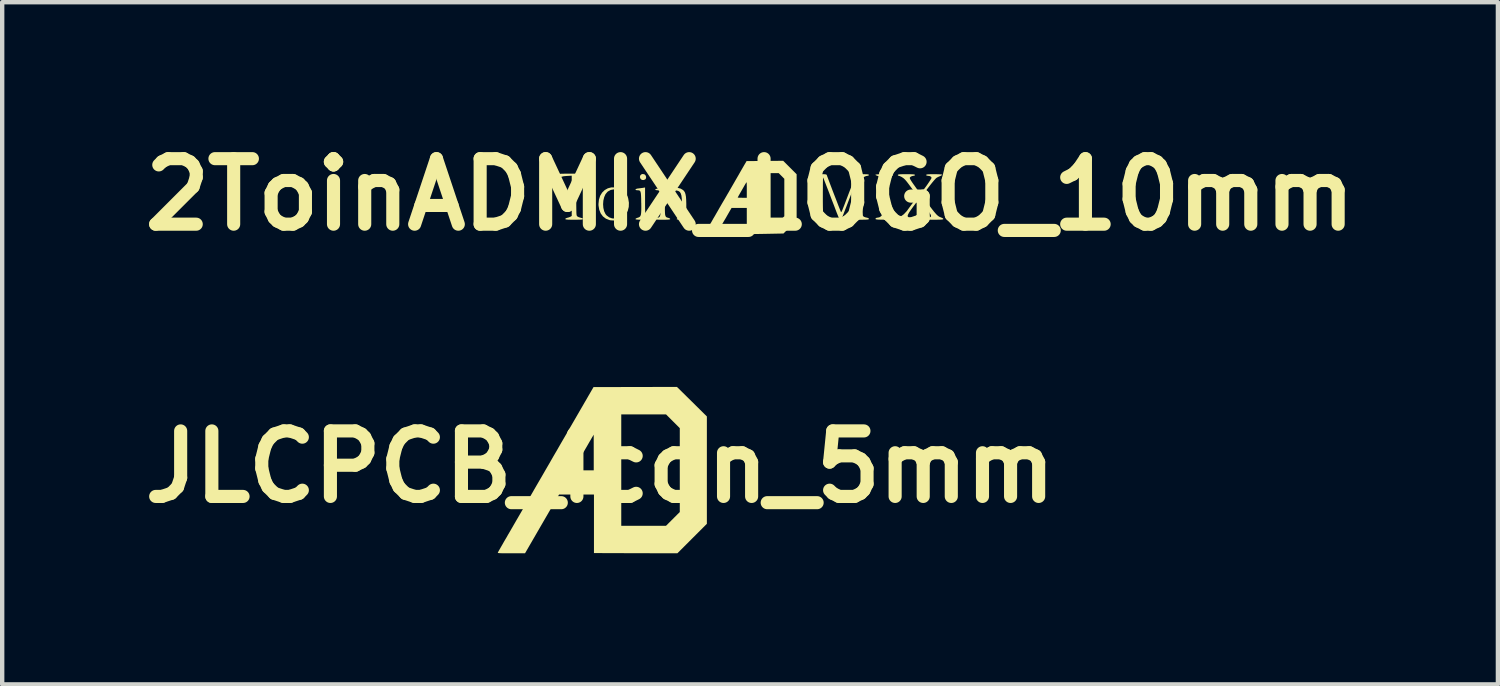
<source format=kicad_pcb>
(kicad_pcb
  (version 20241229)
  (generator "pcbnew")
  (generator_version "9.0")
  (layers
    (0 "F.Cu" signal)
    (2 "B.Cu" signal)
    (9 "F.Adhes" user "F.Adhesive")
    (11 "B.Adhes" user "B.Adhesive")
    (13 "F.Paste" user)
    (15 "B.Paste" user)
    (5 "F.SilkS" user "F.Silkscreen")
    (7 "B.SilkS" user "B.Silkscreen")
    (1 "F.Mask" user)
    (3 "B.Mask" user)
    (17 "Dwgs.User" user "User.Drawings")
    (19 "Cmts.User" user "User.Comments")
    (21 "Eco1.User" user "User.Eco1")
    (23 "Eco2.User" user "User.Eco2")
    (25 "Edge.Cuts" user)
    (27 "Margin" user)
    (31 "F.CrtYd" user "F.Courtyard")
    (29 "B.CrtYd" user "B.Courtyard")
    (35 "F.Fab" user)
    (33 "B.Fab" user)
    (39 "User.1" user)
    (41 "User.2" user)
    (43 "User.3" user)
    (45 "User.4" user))
  (footprint "JLCPCB_icon_5mm"
    (layer "F.Cu")
    (at 10.693 7.637)
    (property "Reference" "JLCPCB_icon_5mm" (at 0 0 0) (layer "F.SilkS") (effects (font (size 1.5 1.5) (thickness 0.3))))
    (attr board_only exclude_from_pos_files exclude_from_bom)
    (fp_poly (pts (xy 2.098 -1.491) (xy 2.44 -1.153) (xy 2.44 0.076) (xy 2.44 1.305) (xy 2.102 1.643) (xy 1.765 1.98) (xy 0.81 1.978) (xy -0.145 1.975) (xy -0.145 1.35) (xy 0.48 1.35) (xy 0.992 1.35) (xy 1.505 1.35) (xy 1.662 1.193) (xy 1.82 1.035) (xy 1.82 0.075) (xy 1.82 -0.885) (xy 1.663 -1.042) (xy 1.505 -1.2) (xy 0.993 -1.2) (xy 0.48 -1.2) (xy 0.48 0.075) (xy 0.48 1.35) (xy -0.145 1.35) (xy -0.145 1.305) (xy -0.145 0.635) (xy -0.545 0.635) (xy -0.944 0.635) (xy -1.334 1.308) (xy -1.723 1.98) (xy -2.038 1.98) (xy -2.126 1.98) (xy -2.196 1.98) (xy -2.25 1.979) (xy -2.29 1.978) (xy -2.317 1.976) (xy -2.335 1.974) (xy -2.344 1.971) (xy -2.347 1.967) (xy -2.346 1.965) (xy -2.34 1.953) (xy -2.325 1.925) (xy -2.302 1.885) (xy -2.273 1.834) (xy -2.239 1.775) (xy -2.201 1.708) (xy -2.174 1.662) (xy -2.142 1.608) (xy -2.114 1.558) (xy -2.087 1.512) (xy -2.061 1.468) (xy -2.036 1.424) (xy -2.01 1.38) (xy -1.983 1.332) (xy -1.953 1.281) (xy -1.921 1.225) (xy -1.884 1.162) (xy -1.843 1.091) (xy -1.796 1.01) (xy -1.743 0.918) (xy -1.682 0.813) (xy -1.614 0.695) (xy -1.536 0.561) (xy -1.513 0.52) (xy -1.429 0.375) (xy -1.342 0.226) (xy -1.258 0.08) (xy -0.621 0.08) (xy -0.385 0.08) (xy -0.15 0.08) (xy -0.15 -0.328) (xy -0.151 -0.735) (xy -0.181 -0.685) (xy -0.195 -0.662) (xy -0.216 -0.624) (xy -0.245 -0.576) (xy -0.278 -0.518) (xy -0.315 -0.454) (xy -0.355 -0.385) (xy -0.396 -0.314) (xy -0.437 -0.243) (xy -0.476 -0.175) (xy -0.513 -0.111) (xy -0.545 -0.055) (xy -0.572 -0.008) (xy -0.592 0.027) (xy -0.604 0.048) (xy -0.606 0.052) (xy -0.621 0.08) (xy -1.258 0.08) (xy -1.254 0.073) (xy -1.165 -0.08) (xy -1.077 -0.234) (xy -0.988 -0.386) (xy -0.902 -0.536) (xy -0.817 -0.682) (xy -0.735 -0.823) (xy -0.658 -0.957) (xy -0.584 -1.084) (xy -0.516 -1.202) (xy -0.454 -1.309) (xy -0.398 -1.405) (xy -0.351 -1.487) (xy -0.311 -1.555) (xy -0.281 -1.608) (xy -0.274 -1.62) (xy -0.155 -1.825) (xy 0.8 -1.827) (xy 1.755 -1.829)) (stroke (width 0) (type solid)) (fill yes) (layer "F.SilkS")))
  (footprint "2ToinADMIX_LOGO_10mm"
    (layer "F.Cu")
    (at 14.121 1.404)
    (property "Reference" "2ToinADMIX_LOGO_10mm" (at 0 0 0) (layer "F.SilkS") (effects (font (size 1.5 1.5) (thickness 0.3))))
    (attr board_only exclude_from_pos_files exclude_from_bom)
    (fp_poly (pts (xy -2.42 -0.464) (xy -2.417 -0.463) (xy -2.392 -0.44) (xy -2.379 -0.407) (xy -2.381 -0.373) (xy -2.398 -0.347) (xy -2.435 -0.332) (xy -2.474 -0.335) (xy -2.504 -0.356) (xy -2.507 -0.36) (xy -2.521 -0.399) (xy -2.515 -0.433) (xy -2.493 -0.459) (xy -2.46 -0.471)) (stroke (width 0) (type solid)) (fill yes) (layer "F.SilkS"))
    (fp_poly (pts (xy -2.403 0.155) (xy -2.403 0.259) (xy -2.402 0.342) (xy -2.399 0.405) (xy -2.395 0.452) (xy -2.389 0.485) (xy -2.379 0.507) (xy -2.365 0.521) (xy -2.347 0.529) (xy -2.324 0.534) (xy -2.316 0.535) (xy -2.283 0.544) (xy -2.268 0.557) (xy -2.268 0.559) (xy -2.272 0.566) (xy -2.288 0.571) (xy -2.319 0.574) (xy -2.367 0.576) (xy -2.436 0.576) (xy -2.446 0.576) (xy -2.518 0.576) (xy -2.57 0.574) (xy -2.602 0.571) (xy -2.619 0.566) (xy -2.623 0.56) (xy -2.613 0.548) (xy -2.585 0.535) (xy -2.569 0.53) (xy -2.543 0.521) (xy -2.524 0.509) (xy -2.51 0.491) (xy -2.499 0.463) (xy -2.493 0.422) (xy -2.49 0.367) (xy -2.489 0.293) (xy -2.49 0.197) (xy -2.491 0.183) (xy -2.492 0.093) (xy -2.495 0.024) (xy -2.499 -0.025) (xy -2.506 -0.059) (xy -2.516 -0.081) (xy -2.531 -0.092) (xy -2.55 -0.097) (xy -2.576 -0.098) (xy -2.611 -0.102) (xy -2.623 -0.113) (xy -2.623 -0.115) (xy -2.612 -0.127) (xy -2.579 -0.137) (xy -2.553 -0.14) (xy -2.506 -0.146) (xy -2.462 -0.152) (xy -2.443 -0.155) (xy -2.403 -0.162)) (stroke (width 0) (type solid)) (fill yes) (layer "F.SilkS"))
    (fp_poly (pts (xy 3.147 -0.465) (xy 3.203 -0.464) (xy 3.24 -0.462) (xy 3.262 -0.458) (xy 3.272 -0.453) (xy 3.273 -0.449) (xy 3.262 -0.436) (xy 3.232 -0.426) (xy 3.227 -0.425) (xy 3.188 -0.415) (xy 3.156 -0.4) (xy 3.154 -0.398) (xy 3.126 -0.379) (xy 3.126 0.049) (xy 3.126 0.476) (xy 3.158 0.502) (xy 3.187 0.519) (xy 3.212 0.527) (xy 3.212 0.527) (xy 3.249 0.533) (xy 3.27 0.548) (xy 3.273 0.559) (xy 3.269 0.566) (xy 3.254 0.57) (xy 3.226 0.574) (xy 3.181 0.575) (xy 3.116 0.576) (xy 3.078 0.576) (xy 2.99 0.575) (xy 2.927 0.573) (xy 2.888 0.568) (xy 2.874 0.563) (xy 2.874 0.546) (xy 2.894 0.533) (xy 2.929 0.527) (xy 2.933 0.527) (xy 2.969 0.518) (xy 2.998 0.497) (xy 3.029 0.466) (xy 3.025 0.044) (xy 3.024 -0.081) (xy 3.022 -0.182) (xy 3.02 -0.261) (xy 3.018 -0.321) (xy 3.014 -0.362) (xy 3.01 -0.386) (xy 3.007 -0.393) (xy 2.987 -0.405) (xy 2.953 -0.417) (xy 2.934 -0.423) (xy 2.899 -0.434) (xy 2.876 -0.446) (xy 2.871 -0.452) (xy 2.877 -0.457) (xy 2.9 -0.461) (xy 2.941 -0.464) (xy 3.004 -0.466) (xy 3.07 -0.466)) (stroke (width 0) (type solid)) (fill yes) (layer "F.SilkS"))
    (fp_poly (pts (xy -3.086 -0.164) (xy -3.032 -0.153) (xy -2.985 -0.138) (xy -2.948 -0.119) (xy -2.912 -0.091) (xy -2.881 -0.063) (xy -2.843 -0.023) (xy -2.819 0.01) (xy -2.802 0.046) (xy -2.789 0.089) (xy -2.773 0.187) (xy -2.776 0.282) (xy -2.798 0.37) (xy -2.838 0.448) (xy -2.893 0.513) (xy -2.962 0.56) (xy -2.982 0.569) (xy -3.045 0.587) (xy -3.118 0.594) (xy -3.19 0.59) (xy -3.219 0.584) (xy -3.3 0.552) (xy -3.367 0.501) (xy -3.418 0.433) (xy -3.452 0.349) (xy -3.468 0.252) (xy -3.469 0.222) (xy -3.364 0.222) (xy -3.358 0.305) (xy -3.34 0.381) (xy -3.309 0.446) (xy -3.283 0.478) (xy -3.224 0.522) (xy -3.157 0.546) (xy -3.089 0.548) (xy -3.022 0.528) (xy -2.997 0.514) (xy -2.948 0.469) (xy -2.913 0.407) (xy -2.891 0.328) (xy -2.883 0.248) (xy -2.883 0.159) (xy -2.892 0.088) (xy -2.912 0.029) (xy -2.944 -0.025) (xy -2.995 -0.077) (xy -3.056 -0.108) (xy -3.121 -0.118) (xy -3.188 -0.106) (xy -3.251 -0.072) (xy -3.266 -0.06) (xy -3.309 -0.008) (xy -3.339 0.06) (xy -3.358 0.139) (xy -3.364 0.222) (xy -3.469 0.222) (xy -3.469 0.215) (xy -3.459 0.116) (xy -3.431 0.028) (xy -3.386 -0.045) (xy -3.326 -0.103) (xy -3.255 -0.143) (xy -3.175 -0.164)) (stroke (width 0) (type solid)) (fill yes) (layer "F.SilkS"))
    (fp_poly (pts (xy -3.586 -0.451) (xy -3.583 -0.426) (xy -3.58 -0.385) (xy -3.578 -0.333) (xy -3.577 -0.309) (xy -3.576 -0.255) (xy -3.577 -0.221) (xy -3.581 -0.204) (xy -3.588 -0.199) (xy -3.592 -0.199) (xy -3.606 -0.212) (xy -3.616 -0.241) (xy -3.617 -0.245) (xy -3.634 -0.312) (xy -3.664 -0.361) (xy -3.707 -0.394) (xy -3.767 -0.414) (xy -3.846 -0.423) (xy -3.873 -0.423) (xy -3.978 -0.423) (xy -3.978 0.029) (xy -3.978 0.146) (xy -3.978 0.241) (xy -3.977 0.316) (xy -3.976 0.374) (xy -3.975 0.418) (xy -3.973 0.449) (xy -3.97 0.47) (xy -3.966 0.484) (xy -3.961 0.493) (xy -3.955 0.499) (xy -3.951 0.502) (xy -3.921 0.518) (xy -3.882 0.53) (xy -3.874 0.532) (xy -3.838 0.542) (xy -3.825 0.557) (xy -3.825 0.558) (xy -3.828 0.565) (xy -3.84 0.57) (xy -3.864 0.573) (xy -3.903 0.575) (xy -3.961 0.576) (xy -4.027 0.576) (xy -4.103 0.576) (xy -4.158 0.575) (xy -4.195 0.572) (xy -4.217 0.569) (xy -4.227 0.564) (xy -4.229 0.558) (xy -4.218 0.544) (xy -4.186 0.533) (xy -4.183 0.532) (xy -4.145 0.522) (xy -4.112 0.508) (xy -4.11 0.507) (xy -4.082 0.49) (xy -4.082 0.029) (xy -4.082 -0.432) (xy -4.19 -0.426) (xy -4.263 -0.42) (xy -4.316 -0.407) (xy -4.355 -0.387) (xy -4.384 -0.357) (xy -4.408 -0.315) (xy -4.424 -0.275) (xy -4.435 -0.239) (xy -4.438 -0.224) (xy -4.445 -0.201) (xy -4.456 -0.196) (xy -4.464 -0.199) (xy -4.469 -0.212) (xy -4.471 -0.238) (xy -4.469 -0.282) (xy -4.467 -0.322) (xy -4.464 -0.376) (xy -4.46 -0.422) (xy -4.457 -0.453) (xy -4.455 -0.463) (xy -4.449 -0.467) (xy -4.43 -0.47) (xy -4.398 -0.473) (xy -4.351 -0.475) (xy -4.285 -0.477) (xy -4.201 -0.478) (xy -4.094 -0.478) (xy -4.021 -0.478) (xy -3.592 -0.478)) (stroke (width 0) (type solid)) (fill yes) (layer "F.SilkS"))
    (fp_poly (pts (xy 0.913 -0.619) (xy 1.067 -0.465) (xy 1.067 0.065) (xy 1.067 0.595) (xy 0.916 0.743) (xy 0.766 0.892) (xy 0.346 0.9) (xy -0.074 0.907) (xy -0.074 0.607) (xy -0.074 0.306) (xy -0.248 0.307) (xy -0.423 0.307) (xy -0.46 0.371) (xy -0.49 0.423) (xy -0.521 0.477) (xy -0.555 0.537) (xy -0.598 0.609) (xy -0.625 0.656) (xy -0.657 0.71) (xy -0.688 0.764) (xy -0.714 0.81) (xy -0.723 0.827) (xy -0.757 0.889) (xy -0.893 0.892) (xy -0.948 0.893) (xy -0.992 0.892) (xy -1.021 0.889) (xy -1.03 0.886) (xy -1.024 0.871) (xy -1.009 0.842) (xy -1.001 0.827) (xy -0.965 0.766) (xy -0.925 0.696) (xy -0.882 0.624) (xy -0.841 0.551) (xy -0.801 0.484) (xy -0.767 0.424) (xy -0.739 0.376) (xy -0.721 0.344) (xy -0.717 0.337) (xy -0.699 0.305) (xy -0.672 0.259) (xy -0.642 0.207) (xy -0.625 0.178) (xy -0.596 0.129) (xy -0.57 0.085) (xy -0.561 0.069) (xy -0.282 0.069) (xy -0.271 0.071) (xy -0.24 0.073) (xy -0.197 0.073) (xy -0.178 0.074) (xy -0.074 0.074) (xy -0.074 -0.104) (xy -0.074 -0.167) (xy -0.075 -0.22) (xy -0.076 -0.259) (xy -0.078 -0.28) (xy -0.079 -0.282) (xy -0.087 -0.272) (xy -0.104 -0.246) (xy -0.127 -0.207) (xy -0.138 -0.187) (xy -0.17 -0.131) (xy -0.204 -0.072) (xy -0.234 -0.02) (xy -0.237 -0.014) (xy -0.259 0.024) (xy -0.275 0.054) (xy -0.282 0.068) (xy -0.282 0.069) (xy -0.561 0.069) (xy -0.545 0.042) (xy -0.519 -0.004) (xy -0.488 -0.056) (xy -0.453 -0.118) (xy -0.409 -0.194) (xy -0.356 -0.286) (xy -0.341 -0.313) (xy -0.296 -0.39) (xy -0.251 -0.468) (xy -0.239 -0.49) (xy 0.196 -0.49) (xy 0.196 0.067) (xy 0.196 0.625) (xy 0.426 0.625) (xy 0.655 0.625) (xy 0.72 0.561) (xy 0.785 0.497) (xy 0.785 0.068) (xy 0.785 -0.361) (xy 0.721 -0.426) (xy 0.657 -0.49) (xy 0.426 -0.49) (xy 0.196 -0.49) (xy -0.239 -0.49) (xy -0.21 -0.54) (xy -0.174 -0.603) (xy -0.146 -0.651) (xy -0.14 -0.662) (xy -0.079 -0.766) (xy 0.34 -0.769) (xy 0.759 -0.773)) (stroke (width 0) (type solid)) (fill yes) (layer "F.SilkS"))
    (fp_poly (pts (xy -1.657 -0.154) (xy -1.587 -0.135) (xy -1.533 -0.103) (xy -1.509 -0.078) (xy -1.49 -0.047) (xy -1.477 -0.006) (xy -1.467 0.048) (xy -1.462 0.117) (xy -1.459 0.206) (xy -1.459 0.27) (xy -1.458 0.354) (xy -1.457 0.418) (xy -1.452 0.463) (xy -1.444 0.494) (xy -1.432 0.513) (xy -1.413 0.525) (xy -1.387 0.532) (xy -1.368 0.535) (xy -1.34 0.543) (xy -1.327 0.554) (xy -1.328 0.556) (xy -1.342 0.563) (xy -1.38 0.568) (xy -1.442 0.572) (xy -1.506 0.573) (xy -1.576 0.574) (xy -1.625 0.574) (xy -1.656 0.572) (xy -1.673 0.568) (xy -1.679 0.561) (xy -1.679 0.56) (xy -1.669 0.546) (xy -1.643 0.535) (xy -1.64 0.535) (xy -1.612 0.528) (xy -1.591 0.519) (xy -1.576 0.504) (xy -1.566 0.479) (xy -1.561 0.442) (xy -1.558 0.389) (xy -1.557 0.316) (xy -1.557 0.272) (xy -1.558 0.168) (xy -1.563 0.085) (xy -1.571 0.022) (xy -1.585 -0.024) (xy -1.605 -0.057) (xy -1.633 -0.078) (xy -1.669 -0.09) (xy -1.702 -0.095) (xy -1.777 -0.093) (xy -1.839 -0.071) (xy -1.879 -0.037) (xy -1.904 -0.009) (xy -1.922 0.018) (xy -1.934 0.048) (xy -1.942 0.084) (xy -1.947 0.132) (xy -1.949 0.195) (xy -1.949 0.278) (xy -1.949 0.279) (xy -1.949 0.362) (xy -1.947 0.423) (xy -1.943 0.466) (xy -1.934 0.495) (xy -1.921 0.514) (xy -1.902 0.525) (xy -1.876 0.532) (xy -1.866 0.535) (xy -1.839 0.545) (xy -1.827 0.558) (xy -1.827 0.559) (xy -1.831 0.566) (xy -1.847 0.571) (xy -1.878 0.574) (xy -1.926 0.576) (xy -1.996 0.576) (xy -1.998 0.576) (xy -2.068 0.576) (xy -2.118 0.574) (xy -2.149 0.571) (xy -2.165 0.566) (xy -2.17 0.56) (xy -2.17 0.559) (xy -2.159 0.546) (xy -2.133 0.535) (xy -2.131 0.535) (xy -2.105 0.529) (xy -2.085 0.521) (xy -2.07 0.509) (xy -2.06 0.489) (xy -2.053 0.458) (xy -2.049 0.412) (xy -2.048 0.35) (xy -2.047 0.269) (xy -2.047 0.218) (xy -2.048 0.127) (xy -2.049 0.049) (xy -2.052 -0.012) (xy -2.056 -0.054) (xy -2.06 -0.074) (xy -2.078 -0.092) (xy -2.111 -0.098) (xy -2.121 -0.098) (xy -2.156 -0.102) (xy -2.17 -0.113) (xy -2.17 -0.115) (xy -2.162 -0.125) (xy -2.136 -0.133) (xy -2.09 -0.14) (xy -2.069 -0.143) (xy -1.968 -0.153) (xy -1.964 -0.089) (xy -1.961 -0.053) (xy -1.956 -0.03) (xy -1.953 -0.025) (xy -1.941 -0.033) (xy -1.918 -0.053) (xy -1.904 -0.067) (xy -1.847 -0.116) (xy -1.786 -0.144) (xy -1.731 -0.155)) (stroke (width 0) (type solid)) (fill yes) (layer "F.SilkS"))
    (fp_poly (pts (xy 4.294 -0.465) (xy 4.348 -0.463) (xy 4.381 -0.46) (xy 4.397 -0.455) (xy 4.398 -0.452) (xy 4.384 -0.439) (xy 4.356 -0.425) (xy 4.348 -0.421) (xy 4.306 -0.403) (xy 4.267 -0.381) (xy 4.265 -0.379) (xy 4.247 -0.362) (xy 4.218 -0.33) (xy 4.181 -0.286) (xy 4.14 -0.235) (xy 4.097 -0.18) (xy 4.054 -0.124) (xy 4.015 -0.072) (xy 3.983 -0.026) (xy 3.959 0.009) (xy 3.948 0.029) (xy 3.947 0.032) (xy 3.954 0.045) (xy 3.97 0.07) (xy 3.976 0.077) (xy 4.051 0.18) (xy 4.114 0.265) (xy 4.167 0.334) (xy 4.209 0.388) (xy 4.245 0.43) (xy 4.274 0.462) (xy 4.3 0.485) (xy 4.323 0.502) (xy 4.346 0.514) (xy 4.37 0.523) (xy 4.379 0.527) (xy 4.409 0.54) (xy 4.424 0.555) (xy 4.425 0.559) (xy 4.422 0.565) (xy 4.408 0.57) (xy 4.381 0.573) (xy 4.339 0.575) (xy 4.277 0.576) (xy 4.223 0.576) (xy 4.147 0.576) (xy 4.092 0.575) (xy 4.056 0.573) (xy 4.034 0.569) (xy 4.023 0.564) (xy 4.021 0.558) (xy 4.029 0.541) (xy 4.036 0.539) (xy 4.057 0.536) (xy 4.09 0.528) (xy 4.097 0.526) (xy 4.121 0.519) (xy 4.137 0.509) (xy 4.144 0.496) (xy 4.141 0.475) (xy 4.128 0.446) (xy 4.103 0.405) (xy 4.066 0.351) (xy 4.016 0.28) (xy 3.99 0.245) (xy 3.944 0.182) (xy 3.911 0.138) (xy 3.889 0.111) (xy 3.877 0.099) (xy 3.875 0.099) (xy 3.866 0.108) (xy 3.844 0.134) (xy 3.814 0.174) (xy 3.776 0.224) (xy 3.739 0.273) (xy 3.685 0.348) (xy 3.645 0.406) (xy 3.621 0.449) (xy 3.609 0.481) (xy 3.611 0.503) (xy 3.625 0.518) (xy 3.651 0.527) (xy 3.669 0.531) (xy 3.704 0.541) (xy 3.722 0.551) (xy 3.723 0.556) (xy 3.709 0.563) (xy 3.67 0.568) (xy 3.608 0.571) (xy 3.539 0.573) (xy 3.468 0.574) (xy 3.418 0.574) (xy 3.386 0.573) (xy 3.368 0.569) (xy 3.36 0.563) (xy 3.359 0.558) (xy 3.369 0.538) (xy 3.38 0.532) (xy 3.454 0.5) (xy 3.522 0.45) (xy 3.588 0.38) (xy 3.629 0.323) (xy 3.644 0.302) (xy 3.67 0.267) (xy 3.701 0.225) (xy 3.715 0.207) (xy 3.749 0.161) (xy 3.78 0.119) (xy 3.804 0.086) (xy 3.81 0.078) (xy 3.836 0.04) (xy 3.77 -0.051) (xy 3.731 -0.104) (xy 3.688 -0.162) (xy 3.65 -0.214) (xy 3.645 -0.221) (xy 3.612 -0.265) (xy 3.578 -0.308) (xy 3.551 -0.339) (xy 3.55 -0.341) (xy 3.514 -0.374) (xy 3.472 -0.402) (xy 3.431 -0.422) (xy 3.402 -0.429) (xy 3.386 -0.439) (xy 3.383 -0.447) (xy 3.387 -0.454) (xy 3.399 -0.459) (xy 3.423 -0.463) (xy 3.462 -0.465) (xy 3.52 -0.466) (xy 3.58 -0.466) (xy 3.654 -0.466) (xy 3.708 -0.464) (xy 3.743 -0.462) (xy 3.764 -0.458) (xy 3.774 -0.453) (xy 3.776 -0.447) (xy 3.765 -0.433) (xy 3.74 -0.429) (xy 3.704 -0.421) (xy 3.677 -0.407) (xy 3.66 -0.391) (xy 3.657 -0.376) (xy 3.667 -0.352) (xy 3.671 -0.345) (xy 3.687 -0.317) (xy 3.714 -0.276) (xy 3.746 -0.23) (xy 3.76 -0.211) (xy 3.794 -0.163) (xy 3.827 -0.117) (xy 3.853 -0.081) (xy 3.86 -0.071) (xy 3.881 -0.044) (xy 3.896 -0.027) (xy 3.9 -0.025) (xy 3.912 -0.034) (xy 3.934 -0.06) (xy 3.964 -0.098) (xy 3.999 -0.145) (xy 4.037 -0.196) (xy 4.073 -0.248) (xy 4.106 -0.297) (xy 4.133 -0.338) (xy 4.15 -0.368) (xy 4.156 -0.381) (xy 4.145 -0.406) (xy 4.114 -0.423) (xy 4.071 -0.429) (xy 4.041 -0.434) (xy 4.033 -0.447) (xy 4.036 -0.455) (xy 4.049 -0.46) (xy 4.073 -0.463) (xy 4.114 -0.465) (xy 4.173 -0.466) (xy 4.218 -0.466)) (stroke (width 0) (type solid)) (fill yes) (layer "F.SilkS"))
    (fp_poly (pts (xy 2.639 -0.465) (xy 2.681 -0.464) (xy 2.707 -0.46) (xy 2.719 -0.455) (xy 2.721 -0.447) (xy 2.711 -0.433) (xy 2.688 -0.429) (xy 2.654 -0.423) (xy 2.618 -0.407) (xy 2.614 -0.405) (xy 2.574 -0.38) (xy 2.574 0.044) (xy 2.575 0.159) (xy 2.576 0.261) (xy 2.577 0.347) (xy 2.58 0.414) (xy 2.582 0.462) (xy 2.585 0.487) (xy 2.586 0.49) (xy 2.606 0.508) (xy 2.638 0.521) (xy 2.639 0.521) (xy 2.683 0.531) (xy 2.708 0.539) (xy 2.719 0.549) (xy 2.721 0.559) (xy 2.718 0.565) (xy 2.704 0.57) (xy 2.678 0.573) (xy 2.635 0.575) (xy 2.573 0.576) (xy 2.524 0.576) (xy 2.451 0.576) (xy 2.398 0.575) (xy 2.363 0.573) (xy 2.343 0.57) (xy 2.333 0.565) (xy 2.331 0.558) (xy 2.331 0.555) (xy 2.347 0.537) (xy 2.382 0.526) (xy 2.404 0.522) (xy 2.423 0.518) (xy 2.437 0.511) (xy 2.448 0.498) (xy 2.457 0.477) (xy 2.463 0.446) (xy 2.467 0.402) (xy 2.47 0.344) (xy 2.471 0.269) (xy 2.473 0.174) (xy 2.474 0.057) (xy 2.474 0.04) (xy 2.474 -0.061) (xy 2.474 -0.152) (xy 2.474 -0.232) (xy 2.473 -0.298) (xy 2.471 -0.348) (xy 2.469 -0.378) (xy 2.467 -0.386) (xy 2.462 -0.378) (xy 2.454 -0.363) (xy 2.443 -0.337) (xy 2.428 -0.299) (xy 2.407 -0.247) (xy 2.381 -0.178) (xy 2.347 -0.09) (xy 2.317 -0.012) (xy 2.288 0.063) (xy 2.256 0.144) (xy 2.226 0.223) (xy 2.201 0.288) (xy 2.176 0.351) (xy 2.152 0.414) (xy 2.131 0.469) (xy 2.119 0.5) (xy 2.101 0.543) (xy 2.086 0.566) (xy 2.072 0.574) (xy 2.068 0.574) (xy 2.06 0.571) (xy 2.053 0.566) (xy 2.045 0.555) (xy 2.034 0.535) (xy 2.021 0.505) (xy 2.003 0.46) (xy 1.979 0.4) (xy 1.949 0.321) (xy 1.925 0.257) (xy 1.863 0.097) (xy 1.811 -0.041) (xy 1.766 -0.156) (xy 1.73 -0.249) (xy 1.703 -0.318) (xy 1.684 -0.365) (xy 1.674 -0.388) (xy 1.672 -0.391) (xy 1.671 -0.381) (xy 1.67 -0.348) (xy 1.669 -0.297) (xy 1.668 -0.229) (xy 1.668 -0.147) (xy 1.667 -0.055) (xy 1.667 0.039) (xy 1.667 0.159) (xy 1.668 0.257) (xy 1.669 0.335) (xy 1.671 0.395) (xy 1.674 0.441) (xy 1.68 0.474) (xy 1.687 0.496) (xy 1.698 0.51) (xy 1.711 0.518) (xy 1.728 0.522) (xy 1.748 0.526) (xy 1.785 0.537) (xy 1.8 0.555) (xy 1.799 0.563) (xy 1.792 0.569) (xy 1.775 0.573) (xy 1.744 0.575) (xy 1.695 0.576) (xy 1.626 0.576) (xy 1.625 0.576) (xy 1.554 0.576) (xy 1.504 0.574) (xy 1.471 0.572) (xy 1.454 0.567) (xy 1.447 0.561) (xy 1.447 0.559) (xy 1.45 0.547) (xy 1.463 0.538) (xy 1.492 0.529) (xy 1.529 0.521) (xy 1.561 0.509) (xy 1.581 0.491) (xy 1.581 0.49) (xy 1.585 0.472) (xy 1.588 0.431) (xy 1.59 0.369) (xy 1.592 0.289) (xy 1.593 0.192) (xy 1.594 0.08) (xy 1.594 0.046) (xy 1.594 -0.072) (xy 1.593 -0.167) (xy 1.592 -0.243) (xy 1.59 -0.301) (xy 1.586 -0.344) (xy 1.58 -0.375) (xy 1.571 -0.395) (xy 1.559 -0.408) (xy 1.544 -0.416) (xy 1.524 -0.42) (xy 1.499 -0.424) (xy 1.498 -0.424) (xy 1.463 -0.433) (xy 1.447 -0.446) (xy 1.447 -0.449) (xy 1.451 -0.456) (xy 1.468 -0.461) (xy 1.5 -0.464) (xy 1.551 -0.466) (xy 1.599 -0.466) (xy 1.662 -0.466) (xy 1.706 -0.465) (xy 1.733 -0.462) (xy 1.748 -0.457) (xy 1.756 -0.449) (xy 1.76 -0.438) (xy 1.767 -0.418) (xy 1.782 -0.378) (xy 1.803 -0.321) (xy 1.829 -0.252) (xy 1.859 -0.174) (xy 1.891 -0.089) (xy 1.925 -0.001) (xy 1.959 0.086) (xy 1.991 0.169) (xy 2.02 0.245) (xy 2.046 0.311) (xy 2.067 0.362) (xy 2.073 0.379) (xy 2.078 0.391) (xy 2.082 0.399) (xy 2.087 0.401) (xy 2.094 0.395) (xy 2.103 0.378) (xy 2.116 0.349) (xy 2.133 0.305) (xy 2.157 0.245) (xy 2.187 0.166) (xy 2.22 0.08) (xy 2.248 0.006) (xy 2.28 -0.078) (xy 2.315 -0.168) (xy 2.348 -0.255) (xy 2.379 -0.334) (xy 2.403 -0.397) (xy 2.405 -0.401) (xy 2.43 -0.466) (xy 2.576 -0.466)) (stroke (width 0) (type solid)) (fill yes) (layer "F.SilkS")))
  (gr_rect
    (start -3 -3)
    (end 31.243 12.618)
    (stroke (width 0.1) (type default))
    (fill no)
    (layer "Edge.Cuts")))
</source>
